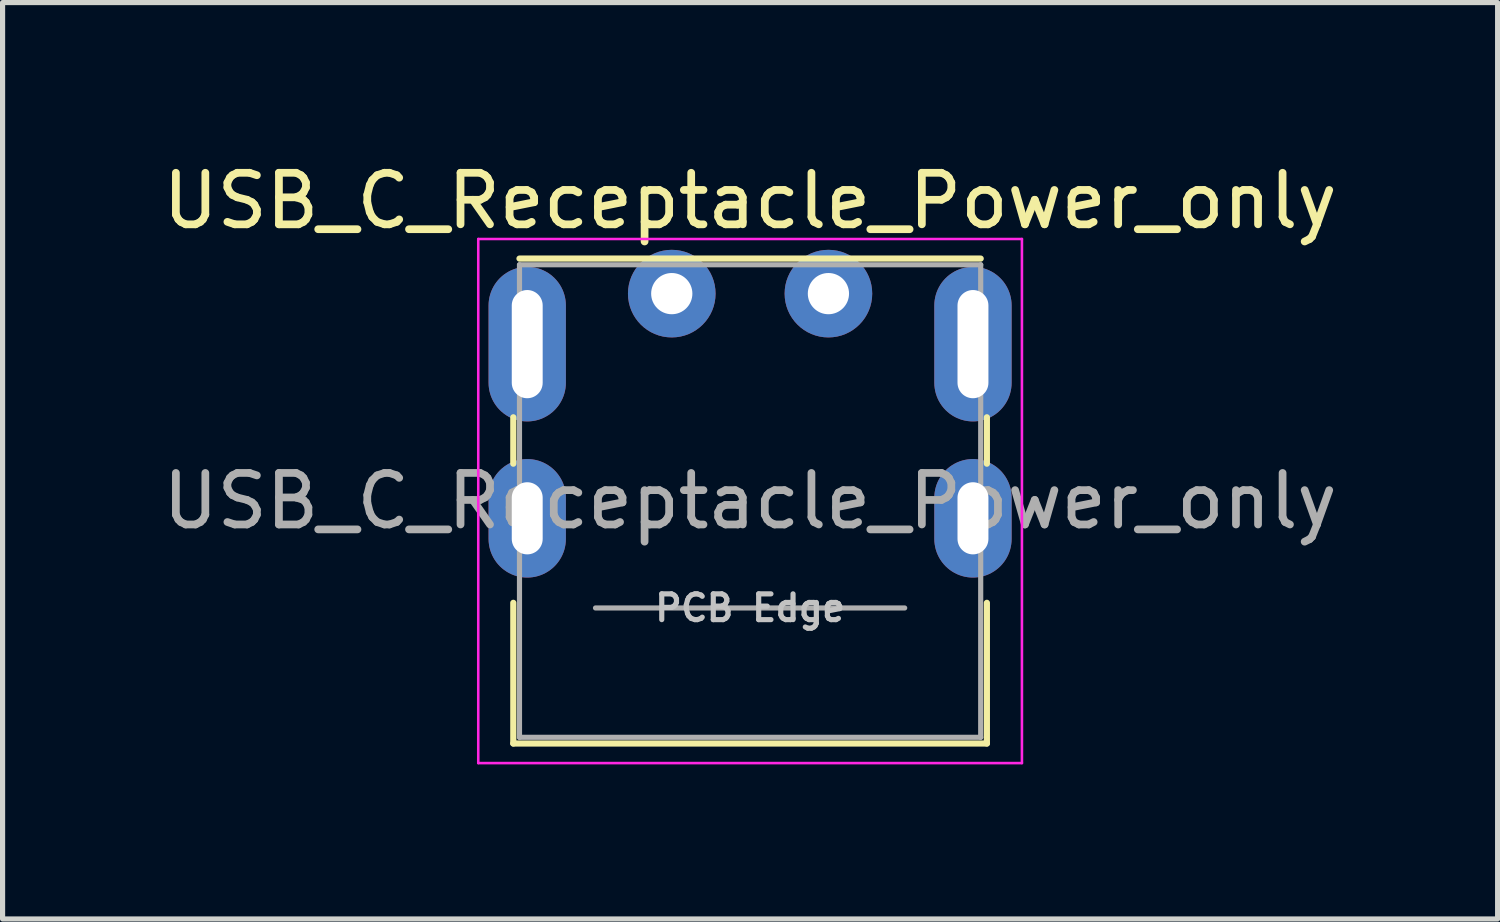
<source format=kicad_pcb>
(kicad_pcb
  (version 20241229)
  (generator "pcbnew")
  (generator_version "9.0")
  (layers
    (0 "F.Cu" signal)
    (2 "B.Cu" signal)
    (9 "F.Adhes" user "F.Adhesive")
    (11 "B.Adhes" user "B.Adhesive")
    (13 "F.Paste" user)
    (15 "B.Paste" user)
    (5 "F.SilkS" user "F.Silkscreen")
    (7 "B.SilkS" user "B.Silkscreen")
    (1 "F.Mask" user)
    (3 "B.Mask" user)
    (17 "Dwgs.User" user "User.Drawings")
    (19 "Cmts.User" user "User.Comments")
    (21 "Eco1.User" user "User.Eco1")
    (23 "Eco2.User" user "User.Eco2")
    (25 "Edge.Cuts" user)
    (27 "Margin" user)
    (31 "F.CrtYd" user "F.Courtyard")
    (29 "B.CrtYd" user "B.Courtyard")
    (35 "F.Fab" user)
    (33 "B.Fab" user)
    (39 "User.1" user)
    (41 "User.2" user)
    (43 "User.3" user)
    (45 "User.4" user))
  (footprint "USB_C_Receptacle_Power_only"
    (layer "F.Cu")
    (at 8.531 2.648)
    (property "Reference" "USB_C_Receptacle_Power_only" (at 2.975 -1.8 0) (layer "F.SilkS") (effects (font (size 1 1) (thickness 0.15))))
    (attr through_hole)
    (fp_line (start -1.62 2.4) (end -1.62 3.3) (stroke (width 0.12) (type solid)) (layer "F.SilkS"))
    (fp_line (start -1.62 6) (end -1.62 8.73) (stroke (width 0.12) (type solid)) (layer "F.SilkS"))
    (fp_line (start -1.62 8.73) (end 7.57 8.73) (stroke (width 0.12) (type solid)) (layer "F.SilkS"))
    (fp_line (start -1.5 -0.68) (end 7.45 -0.68) (stroke (width 0.12) (type solid)) (layer "F.SilkS"))
    (fp_line (start 7.57 2.4) (end 7.57 3.3) (stroke (width 0.12) (type solid)) (layer "F.SilkS"))
    (fp_line (start 7.57 6) (end 7.57 8.73) (stroke (width 0.12) (type solid)) (layer "F.SilkS"))
    (fp_line (start -2.3 -1.06) (end -2.3 9.11) (stroke (width 0.05) (type solid)) (layer "F.CrtYd"))
    (fp_line (start -2.3 -1.06) (end 8.25 -1.06) (stroke (width 0.05) (type solid)) (layer "F.CrtYd"))
    (fp_line (start -2.3 9.11) (end 8.25 9.11) (stroke (width 0.05) (type solid)) (layer "F.CrtYd"))
    (fp_line (start 8.25 -1.06) (end 8.25 9.11) (stroke (width 0.05) (type solid)) (layer "F.CrtYd"))
    (fp_line (start -1.5 -0.56) (end -1.5 8.61) (stroke (width 0.1) (type solid)) (layer "F.Fab"))
    (fp_line (start -1.5 -0.56) (end 7.45 -0.56) (stroke (width 0.1) (type solid)) (layer "F.Fab"))
    (fp_line (start -1.5 8.61) (end 7.45 8.61) (stroke (width 0.1) (type solid)) (layer "F.Fab"))
    (fp_line (start -0.025 6.1) (end 5.975 6.1) (stroke (width 0.1) (type solid)) (layer "F.Fab"))
    (fp_line (start 7.45 -0.56) (end 7.45 8.61) (stroke (width 0.1) (type solid)) (layer "F.Fab"))
    (fp_text user "PCB Edge" (at 2.975 6.1 0) (layer "Dwgs.User") (effects (font (size 0.5 0.5) (thickness 0.1))))
    (fp_text user "${REFERENCE}" (at 2.975 4.025 0) (layer "F.Fab") (effects (font (size 1 1) (thickness 0.15))))
    (pad "A1" thru_hole circle (at 1.455 0) (size 1.7 1.7) (drill 0.8) (layers "*.Cu" "*.Mask"))
    (pad "A4" thru_hole circle (at 4.495 0) (size 1.7 1.7) (drill 0.8) (layers "*.Cu" "*.Mask"))
    (pad "S1" thru_hole oval (at -1.35 0.98) (size 1.5 3) (drill oval 0.6 2.1) (layers "*.Cu" "*.Mask"))
    (pad "S1" thru_hole oval (at -1.35 4.36) (size 1.5 2.3) (drill oval 0.6 1.4) (layers "*.Cu" "*.Mask"))
    (pad "S1" thru_hole oval (at 7.3 0.98) (size 1.5 3) (drill oval 0.6 2.1) (layers "*.Cu" "*.Mask"))
    (pad "S1" thru_hole oval (at 7.3 4.36) (size 1.5 2.3) (drill oval 0.6 1.4) (layers "*.Cu" "*.Mask")))
  (gr_rect
    (start -3 -3)
    (end 26.012 14.783)
    (stroke (width 0.1) (type default))
    (fill no)
    (layer "Edge.Cuts")))
</source>
